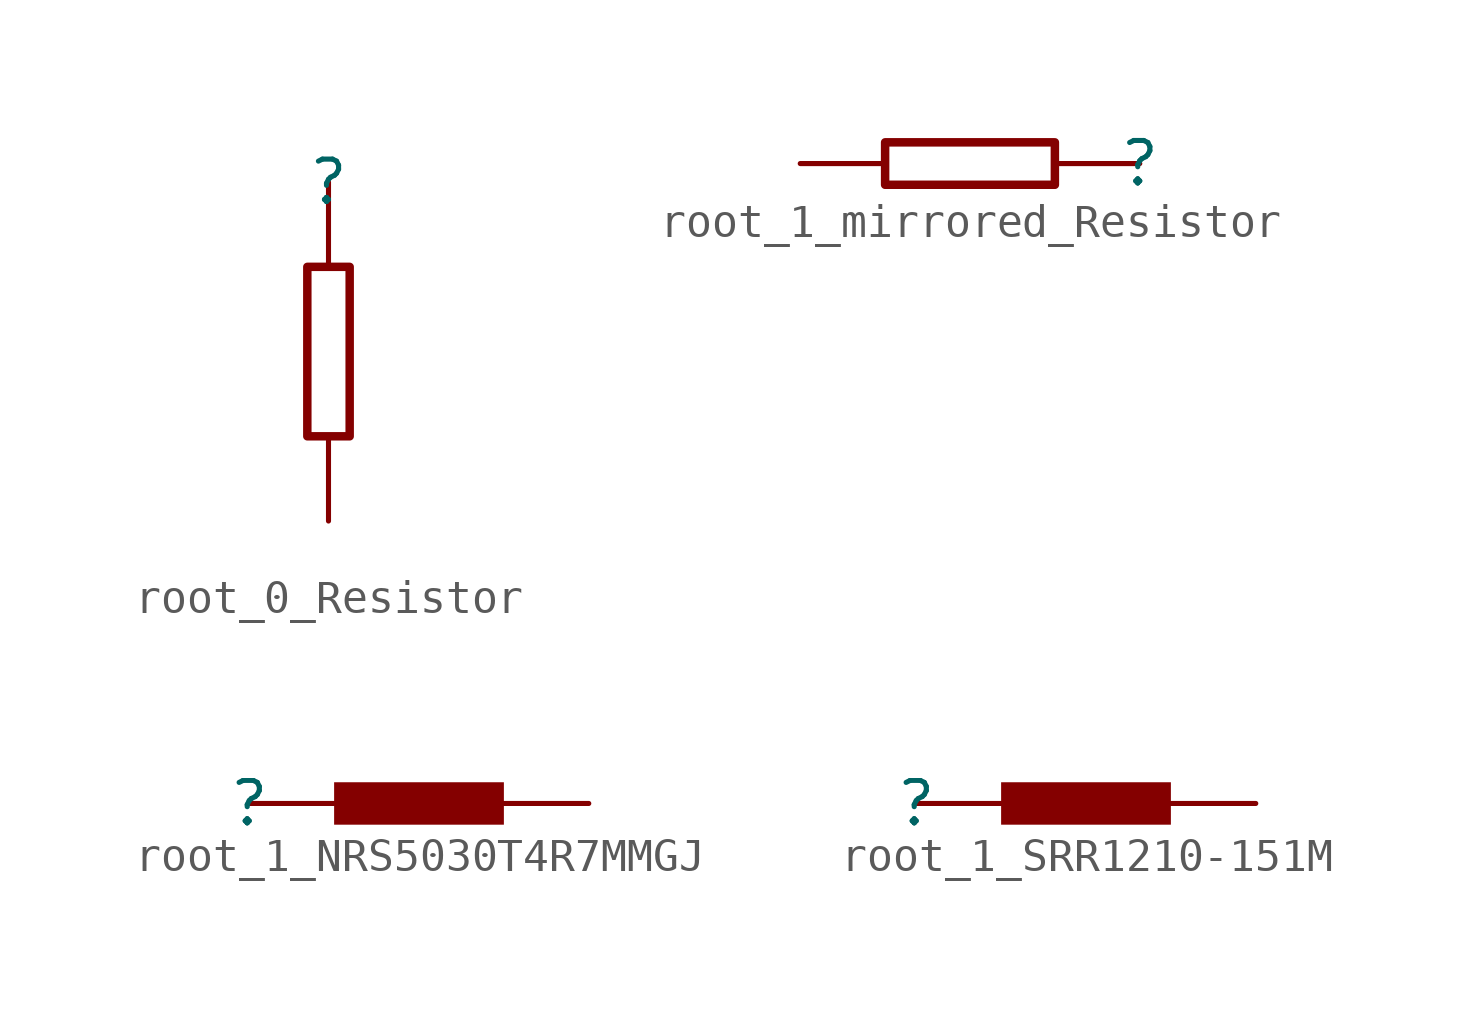
<source format=kicad_sym>
(kicad_symbol_lib
  (version 20231120)
  (generator "kicad_symbol_editor")
  (generator_version "8.0")
  (symbol "root_0_Resistor"
    (property "Reference" ""
      (at 0 0 0)
      (effects (font (size 1.27 1.27))))
    (property "Value" ""
      (at 0 0 0)
      (effects (font (size 1.27 1.27))))
    (symbol "root_0_Resistor_1_0"
      (polyline (pts (xy -0.635 -2.54) (xy 0.635 -2.54) (xy 0.635 -7.62) (xy -0.635 -7.62) (xy -0.635 -2.54)) (stroke (width 0.254) (type solid)) (fill (type none)))
      (pin passive line (at 0 0 270) (length 2.54) (name "" (effects (font (size 1.27 1.27)))) (number "1" (effects (font (size 0 0)))))
      (pin passive line (at 0 -10.16 90) (length 2.54) (name "" (effects (font (size 0 0)))) (number "2" (effects (font (size 0 0)))))))
  (symbol "root_1_mirrored_Resistor"
    (property "Reference" ""
      (at 0 0 0)
      (effects (font (size 1.27 1.27))))
    (property "Value" ""
      (at 0 0 0)
      (effects (font (size 1.27 1.27))))
    (symbol "root_1_mirrored_Resistor_1_0"
      (polyline (pts (xy -2.54 -0.635) (xy -2.54 0.635) (xy -7.62 0.635) (xy -7.62 -0.635) (xy -2.54 -0.635)) (stroke (width 0.254) (type solid)) (fill (type none)))
      (pin passive line (at 0 0 180) (length 2.54) (name "" (effects (font (size 1.27 1.27)))) (number "1" (effects (font (size 0 0)))))
      (pin passive line (at -10.16 0 0) (length 2.54) (name "" (effects (font (size 0 0)))) (number "2" (effects (font (size 0 0)))))))
  (symbol "root_1_NRS5030T4R7MMGJ"
    (property "Reference" ""
      (at 0 0 0)
      (effects (font (size 1.27 1.27))))
    (property "Value" ""
      (at 0 0 0)
      (effects (font (size 1.27 1.27))))
    (symbol "root_1_NRS5030T4R7MMGJ_1_0"
      (polyline (pts (xy 2.54 -0.635) (xy 2.54 0.635) (xy 7.62 0.635) (xy 7.62 -0.635) (xy 2.54 -0.635)) (stroke (width -0.0001) (type solid)) (fill (type outline)))
      (pin passive line (at 0 0 0) (length 2.54) (name "" (effects (font (size 1.27 1.27)))) (number "1" (effects (font (size 0 0)))))
      (pin passive line (at 10.16 0 180) (length 2.54) (name "" (effects (font (size 0 0)))) (number "2" (effects (font (size 0 0)))))))
  (symbol "root_1_SRR1210-151M"
    (property "Reference" ""
      (at 0 0 0)
      (effects (font (size 1.27 1.27))))
    (property "Value" ""
      (at 0 0 0)
      (effects (font (size 1.27 1.27))))
    (symbol "root_1_SRR1210-151M_1_0"
      (polyline (pts (xy 2.54 -0.635) (xy 2.54 0.635) (xy 7.62 0.635) (xy 7.62 -0.635) (xy 2.54 -0.635)) (stroke (width -0.0001) (type solid)) (fill (type outline)))
      (pin passive line (at 0 0 0) (length 2.54) (name "" (effects (font (size 1.27 1.27)))) (number "1" (effects (font (size 0 0)))))
      (pin passive line (at 10.16 0 180) (length 2.54) (name "" (effects (font (size 0 0)))) (number "2" (effects (font (size 0 0))))))))
</source>
